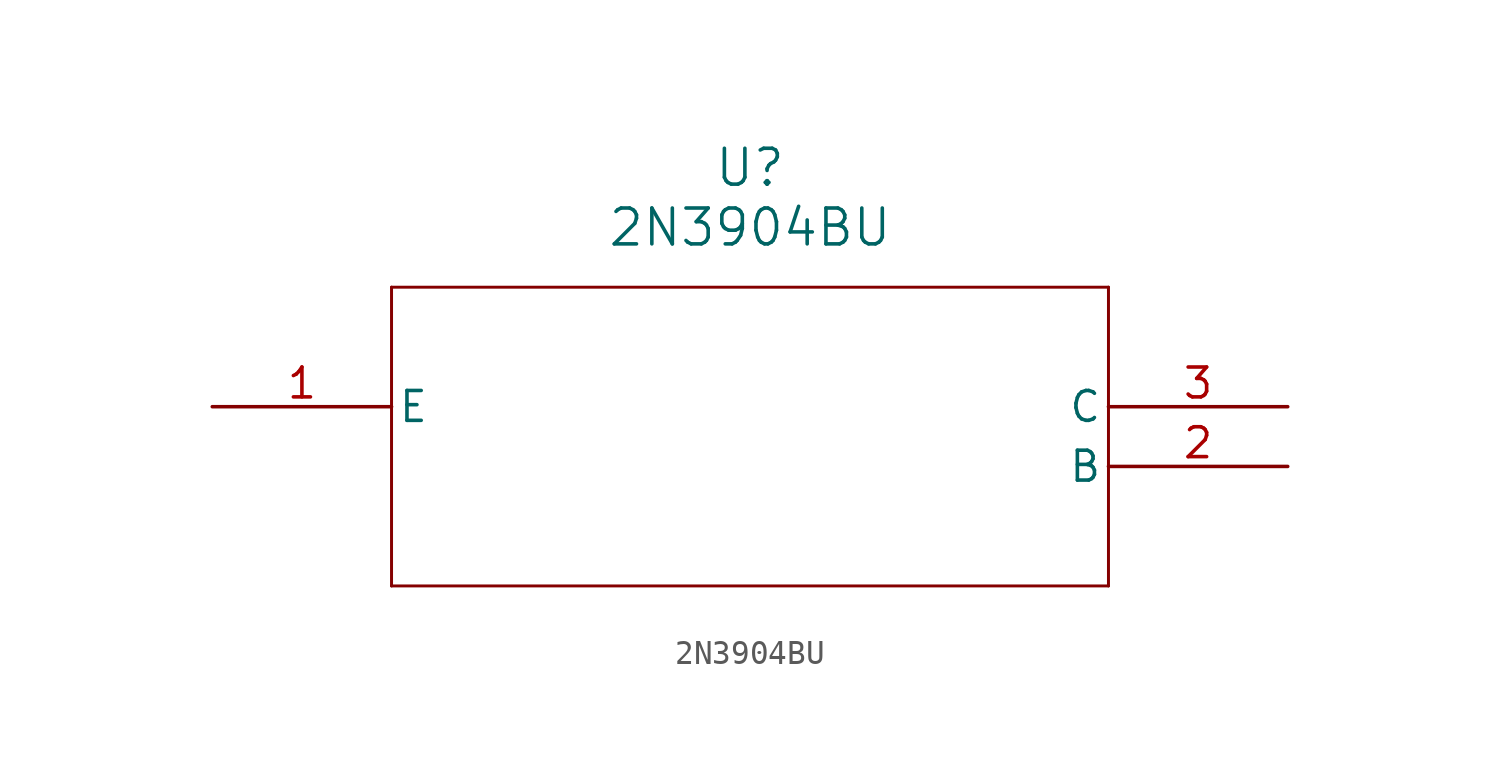
<source format=kicad_sym>
(kicad_symbol_lib
  (version 20211014)
  (generator kicad_symbol_editor)
  (symbol "2N3904BU"
    (pin_names
      (offset 0.254))
    (property "Reference" "U"
      (at 22.86 10.16 0)
      (effects (font (size 1.524 1.524))))
    (property "Value" "2N3904BU"
      (at 22.86 7.62 0)
      (effects (font (size 1.524 1.524))))
    (symbol "2N3904BU_0_1"
      (polyline (pts (xy 7.62 5.08) (xy 7.62 -7.62)) (stroke (width 0.127) (type default) (color 0 0 0 0)) (fill (type none)))
      (polyline (pts (xy 7.62 -7.62) (xy 38.1 -7.62)) (stroke (width 0.127) (type default) (color 0 0 0 0)) (fill (type none)))
      (polyline (pts (xy 38.1 -7.62) (xy 38.1 5.08)) (stroke (width 0.127) (type default) (color 0 0 0 0)) (fill (type none)))
      (polyline (pts (xy 38.1 5.08) (xy 7.62 5.08)) (stroke (width 0.127) (type default) (color 0 0 0 0)) (fill (type none)))
      (pin unspecified line (at 0 0 0) (length 7.62) (name "E" (effects (font (size 1.27 1.27)))) (number "1" (effects (font (size 1.27 1.27)))))
      (pin unspecified line (at 45.72 -2.54 180) (length 7.62) (name "B" (effects (font (size 1.27 1.27)))) (number "2" (effects (font (size 1.27 1.27)))))
      (pin unspecified line (at 45.72 0 180) (length 7.62) (name "C" (effects (font (size 1.27 1.27)))) (number "3" (effects (font (size 1.27 1.27))))))))
</source>
